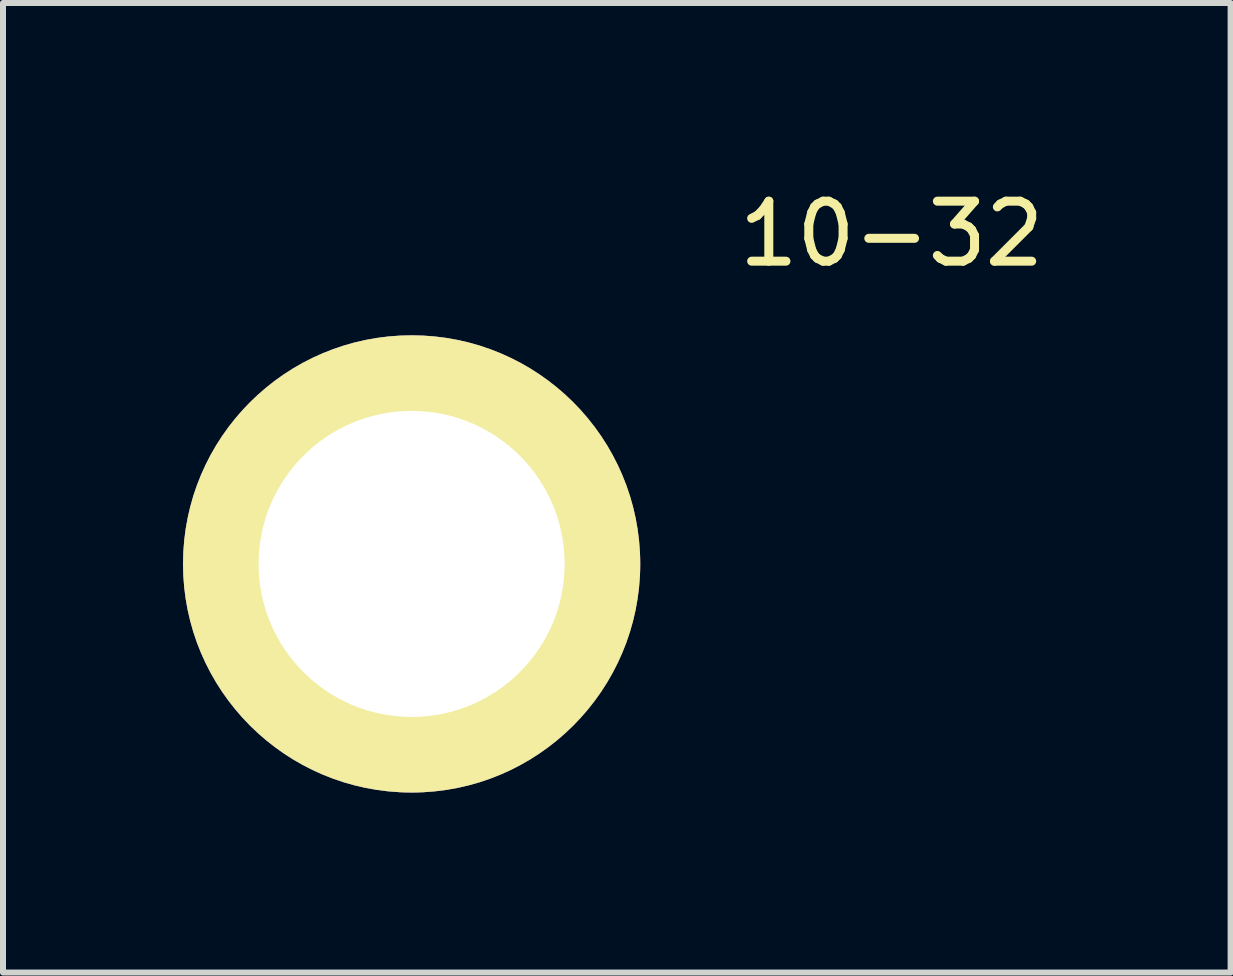
<source format=kicad_pcb>
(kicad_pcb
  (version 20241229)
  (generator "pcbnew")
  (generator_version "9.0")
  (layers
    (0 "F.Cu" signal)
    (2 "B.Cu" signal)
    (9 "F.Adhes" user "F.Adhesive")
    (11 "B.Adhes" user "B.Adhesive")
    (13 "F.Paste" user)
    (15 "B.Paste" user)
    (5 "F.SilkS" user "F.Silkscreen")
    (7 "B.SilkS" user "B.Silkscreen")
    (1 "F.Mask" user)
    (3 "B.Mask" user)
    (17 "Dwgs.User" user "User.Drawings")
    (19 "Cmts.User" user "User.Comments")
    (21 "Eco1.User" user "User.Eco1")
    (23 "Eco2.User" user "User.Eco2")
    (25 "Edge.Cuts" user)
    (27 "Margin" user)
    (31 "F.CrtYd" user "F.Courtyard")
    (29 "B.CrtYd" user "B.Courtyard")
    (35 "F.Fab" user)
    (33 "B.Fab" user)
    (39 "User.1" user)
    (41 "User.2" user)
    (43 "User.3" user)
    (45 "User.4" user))
  (footprint "10-32"
    (layer "F.Cu")
    (at 3.81 6.348)
    (property "Reference" "10-32" (at 8 -5.5 0) (layer "F.SilkS") (effects (font (size 1 1) (thickness 0.15))))
    (attr through_hole)
    (pad "1" thru_hole circle (at 0 0) (size 7.62 7.62) (drill 5.1) (layers "*.Cu" "*.Mask" "F.SilkS")))
  (gr_rect
    (start -3 -3)
    (end 17.459 13.158)
    (stroke (width 0.1) (type default))
    (fill no)
    (layer "Edge.Cuts")))
</source>
